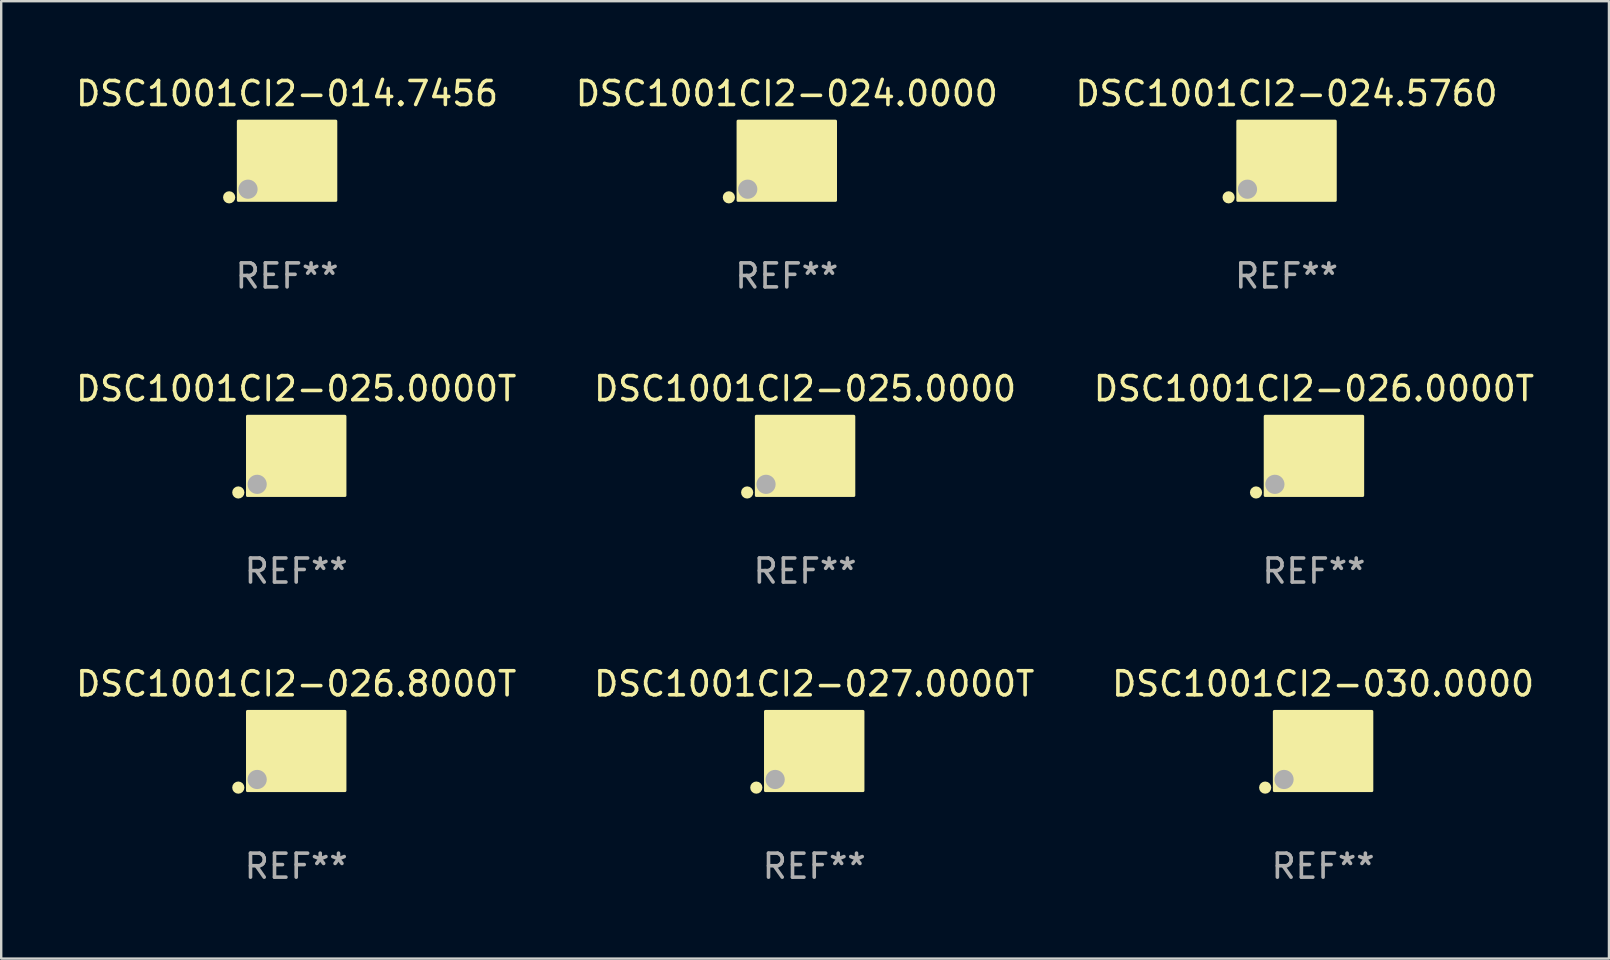
<source format=kicad_pcb>
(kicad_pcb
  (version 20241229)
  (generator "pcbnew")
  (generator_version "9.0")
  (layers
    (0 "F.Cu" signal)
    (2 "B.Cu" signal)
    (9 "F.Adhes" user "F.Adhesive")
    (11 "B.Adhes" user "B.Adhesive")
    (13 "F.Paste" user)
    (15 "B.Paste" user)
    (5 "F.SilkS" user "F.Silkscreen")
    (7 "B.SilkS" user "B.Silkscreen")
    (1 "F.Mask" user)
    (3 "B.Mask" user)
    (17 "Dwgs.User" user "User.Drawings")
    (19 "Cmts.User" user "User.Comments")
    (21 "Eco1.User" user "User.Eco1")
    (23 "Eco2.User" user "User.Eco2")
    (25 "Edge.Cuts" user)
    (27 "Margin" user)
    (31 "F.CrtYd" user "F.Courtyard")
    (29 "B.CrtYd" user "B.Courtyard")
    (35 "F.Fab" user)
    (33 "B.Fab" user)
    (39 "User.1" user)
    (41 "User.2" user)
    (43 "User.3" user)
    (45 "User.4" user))
  (footprint "DSC1001CI2-014.7456"
    (layer "F.Cu")
    (at 8.911 3.648)
    (property "Reference" "DSC1001CI2-014.7456" (at 0 -2.8 0) (layer "F.SilkS") (effects (font (size 1 1) (thickness 0.15))))
    (attr through_hole)
    (fp_circle (center -2.413 1.524) (end -2.286 1.524) (stroke (width 0.254) (type solid)) (fill no) (layer "F.SilkS"))
    (fp_circle (center -1.6 1.25) (end -1.57 1.25) (stroke (width 0.06) (type solid)) (fill no) (layer "F.SilkS"))
    (fp_poly (pts (xy -2.032 -1.651) (xy 2.032 -1.651) (xy 2.032 1.651) (xy -2.032 1.651)) (stroke (width 0.12) (type solid)) (fill yes) (layer "F.SilkS"))
    (fp_circle (center -1.627 1.185) (end -1.427 1.185) (stroke (width 0.4) (type solid)) (fill no) (layer "F.Fab"))
    (fp_text user "REF**" (at 0 4.8 0) (layer "F.Fab") (effects (font (size 1 1) (thickness 0.15))))
    (pad "1" smd rect (at -1.05 0.8) (size 1.4 1.2) (layers "F.Cu" "F.Mask" "F.Paste"))
    (pad "2" smd rect (at 1.05 0.8) (size 1.4 1.2) (layers "F.Cu" "F.Mask" "F.Paste"))
    (pad "3" smd rect (at 1.05 -0.8) (size 1.4 1.2) (layers "F.Cu" "F.Mask" "F.Paste"))
    (pad "4" smd rect (at -1.05 -0.8) (size 1.4 1.2) (layers "F.Cu" "F.Mask" "F.Paste")))
  (footprint "DSC1001CI2-026.8000T"
    (layer "F.Cu")
    (at 9.292 28.242)
    (property "Reference" "DSC1001CI2-026.8000T" (at 0 -2.8 0) (layer "F.SilkS") (effects (font (size 1 1) (thickness 0.15))))
    (attr through_hole)
    (fp_circle (center -2.413 1.524) (end -2.286 1.524) (stroke (width 0.254) (type solid)) (fill no) (layer "F.SilkS"))
    (fp_circle (center -1.6 1.25) (end -1.57 1.25) (stroke (width 0.06) (type solid)) (fill no) (layer "F.SilkS"))
    (fp_poly (pts (xy -2.032 -1.651) (xy 2.032 -1.651) (xy 2.032 1.651) (xy -2.032 1.651)) (stroke (width 0.12) (type solid)) (fill yes) (layer "F.SilkS"))
    (fp_circle (center -1.627 1.185) (end -1.427 1.185) (stroke (width 0.4) (type solid)) (fill no) (layer "F.Fab"))
    (fp_text user "REF**" (at 0 4.8 0) (layer "F.Fab") (effects (font (size 1 1) (thickness 0.15))))
    (pad "1" smd rect (at -1.05 0.8) (size 1.4 1.2) (layers "F.Cu" "F.Mask" "F.Paste"))
    (pad "2" smd rect (at 1.05 0.8) (size 1.4 1.2) (layers "F.Cu" "F.Mask" "F.Paste"))
    (pad "3" smd rect (at 1.05 -0.8) (size 1.4 1.2) (layers "F.Cu" "F.Mask" "F.Paste"))
    (pad "4" smd rect (at -1.05 -0.8) (size 1.4 1.2) (layers "F.Cu" "F.Mask" "F.Paste")))
  (footprint "DSC1001CI2-025.0000T"
    (layer "F.Cu")
    (at 9.292 15.945)
    (property "Reference" "DSC1001CI2-025.0000T" (at 0 -2.8 0) (layer "F.SilkS") (effects (font (size 1 1) (thickness 0.15))))
    (attr through_hole)
    (fp_circle (center -2.413 1.524) (end -2.286 1.524) (stroke (width 0.254) (type solid)) (fill no) (layer "F.SilkS"))
    (fp_circle (center -1.6 1.25) (end -1.57 1.25) (stroke (width 0.06) (type solid)) (fill no) (layer "F.SilkS"))
    (fp_poly (pts (xy -2.032 -1.651) (xy 2.032 -1.651) (xy 2.032 1.651) (xy -2.032 1.651)) (stroke (width 0.12) (type solid)) (fill yes) (layer "F.SilkS"))
    (fp_circle (center -1.627 1.185) (end -1.427 1.185) (stroke (width 0.4) (type solid)) (fill no) (layer "F.Fab"))
    (fp_text user "REF**" (at 0 4.8 0) (layer "F.Fab") (effects (font (size 1 1) (thickness 0.15))))
    (pad "1" smd rect (at -1.05 0.8) (size 1.4 1.2) (layers "F.Cu" "F.Mask" "F.Paste"))
    (pad "2" smd rect (at 1.05 0.8) (size 1.4 1.2) (layers "F.Cu" "F.Mask" "F.Paste"))
    (pad "3" smd rect (at 1.05 -0.8) (size 1.4 1.2) (layers "F.Cu" "F.Mask" "F.Paste"))
    (pad "4" smd rect (at -1.05 -0.8) (size 1.4 1.2) (layers "F.Cu" "F.Mask" "F.Paste")))
  (footprint "DSC1001CI2-027.0000T"
    (layer "F.Cu")
    (at 30.875 28.242)
    (property "Reference" "DSC1001CI2-027.0000T" (at 0 -2.8 0) (layer "F.SilkS") (effects (font (size 1 1) (thickness 0.15))))
    (attr through_hole)
    (fp_circle (center -2.413 1.524) (end -2.286 1.524) (stroke (width 0.254) (type solid)) (fill no) (layer "F.SilkS"))
    (fp_circle (center -1.6 1.25) (end -1.57 1.25) (stroke (width 0.06) (type solid)) (fill no) (layer "F.SilkS"))
    (fp_poly (pts (xy -2.032 -1.651) (xy 2.032 -1.651) (xy 2.032 1.651) (xy -2.032 1.651)) (stroke (width 0.12) (type solid)) (fill yes) (layer "F.SilkS"))
    (fp_circle (center -1.627 1.185) (end -1.427 1.185) (stroke (width 0.4) (type solid)) (fill no) (layer "F.Fab"))
    (fp_text user "REF**" (at 0 4.8 0) (layer "F.Fab") (effects (font (size 1 1) (thickness 0.15))))
    (pad "1" smd rect (at -1.05 0.8) (size 1.4 1.2) (layers "F.Cu" "F.Mask" "F.Paste"))
    (pad "2" smd rect (at 1.05 0.8) (size 1.4 1.2) (layers "F.Cu" "F.Mask" "F.Paste"))
    (pad "3" smd rect (at 1.05 -0.8) (size 1.4 1.2) (layers "F.Cu" "F.Mask" "F.Paste"))
    (pad "4" smd rect (at -1.05 -0.8) (size 1.4 1.2) (layers "F.Cu" "F.Mask" "F.Paste")))
  (footprint "DSC1001CI2-026.0000T"
    (layer "F.Cu")
    (at 51.696 15.945)
    (property "Reference" "DSC1001CI2-026.0000T" (at 0 -2.8 0) (layer "F.SilkS") (effects (font (size 1 1) (thickness 0.15))))
    (attr through_hole)
    (fp_circle (center -2.413 1.524) (end -2.286 1.524) (stroke (width 0.254) (type solid)) (fill no) (layer "F.SilkS"))
    (fp_circle (center -1.6 1.25) (end -1.57 1.25) (stroke (width 0.06) (type solid)) (fill no) (layer "F.SilkS"))
    (fp_poly (pts (xy -2.032 -1.651) (xy 2.032 -1.651) (xy 2.032 1.651) (xy -2.032 1.651)) (stroke (width 0.12) (type solid)) (fill yes) (layer "F.SilkS"))
    (fp_circle (center -1.627 1.185) (end -1.427 1.185) (stroke (width 0.4) (type solid)) (fill no) (layer "F.Fab"))
    (fp_text user "REF**" (at 0 4.8 0) (layer "F.Fab") (effects (font (size 1 1) (thickness 0.15))))
    (pad "1" smd rect (at -1.05 0.8) (size 1.4 1.2) (layers "F.Cu" "F.Mask" "F.Paste"))
    (pad "2" smd rect (at 1.05 0.8) (size 1.4 1.2) (layers "F.Cu" "F.Mask" "F.Paste"))
    (pad "3" smd rect (at 1.05 -0.8) (size 1.4 1.2) (layers "F.Cu" "F.Mask" "F.Paste"))
    (pad "4" smd rect (at -1.05 -0.8) (size 1.4 1.2) (layers "F.Cu" "F.Mask" "F.Paste")))
  (footprint "DSC1001CI2-024.5760"
    (layer "F.Cu")
    (at 50.554 3.648)
    (property "Reference" "DSC1001CI2-024.5760" (at 0 -2.8 0) (layer "F.SilkS") (effects (font (size 1 1) (thickness 0.15))))
    (attr through_hole)
    (fp_circle (center -2.413 1.524) (end -2.286 1.524) (stroke (width 0.254) (type solid)) (fill no) (layer "F.SilkS"))
    (fp_circle (center -1.6 1.25) (end -1.57 1.25) (stroke (width 0.06) (type solid)) (fill no) (layer "F.SilkS"))
    (fp_poly (pts (xy -2.032 -1.651) (xy 2.032 -1.651) (xy 2.032 1.651) (xy -2.032 1.651)) (stroke (width 0.12) (type solid)) (fill yes) (layer "F.SilkS"))
    (fp_circle (center -1.627 1.185) (end -1.427 1.185) (stroke (width 0.4) (type solid)) (fill no) (layer "F.Fab"))
    (fp_text user "REF**" (at 0 4.8 0) (layer "F.Fab") (effects (font (size 1 1) (thickness 0.15))))
    (pad "1" smd rect (at -1.05 0.8) (size 1.4 1.2) (layers "F.Cu" "F.Mask" "F.Paste"))
    (pad "2" smd rect (at 1.05 0.8) (size 1.4 1.2) (layers "F.Cu" "F.Mask" "F.Paste"))
    (pad "3" smd rect (at 1.05 -0.8) (size 1.4 1.2) (layers "F.Cu" "F.Mask" "F.Paste"))
    (pad "4" smd rect (at -1.05 -0.8) (size 1.4 1.2) (layers "F.Cu" "F.Mask" "F.Paste")))
  (footprint "DSC1001CI2-030.0000"
    (layer "F.Cu")
    (at 52.077 28.242)
    (property "Reference" "DSC1001CI2-030.0000" (at 0 -2.8 0) (layer "F.SilkS") (effects (font (size 1 1) (thickness 0.15))))
    (attr through_hole)
    (fp_circle (center -2.413 1.524) (end -2.286 1.524) (stroke (width 0.254) (type solid)) (fill no) (layer "F.SilkS"))
    (fp_circle (center -1.6 1.25) (end -1.57 1.25) (stroke (width 0.06) (type solid)) (fill no) (layer "F.SilkS"))
    (fp_poly (pts (xy -2.032 -1.651) (xy 2.032 -1.651) (xy 2.032 1.651) (xy -2.032 1.651)) (stroke (width 0.12) (type solid)) (fill yes) (layer "F.SilkS"))
    (fp_circle (center -1.627 1.185) (end -1.427 1.185) (stroke (width 0.4) (type solid)) (fill no) (layer "F.Fab"))
    (fp_text user "REF**" (at 0 4.8 0) (layer "F.Fab") (effects (font (size 1 1) (thickness 0.15))))
    (pad "1" smd rect (at -1.05 0.8) (size 1.4 1.2) (layers "F.Cu" "F.Mask" "F.Paste"))
    (pad "2" smd rect (at 1.05 0.8) (size 1.4 1.2) (layers "F.Cu" "F.Mask" "F.Paste"))
    (pad "3" smd rect (at 1.05 -0.8) (size 1.4 1.2) (layers "F.Cu" "F.Mask" "F.Paste"))
    (pad "4" smd rect (at -1.05 -0.8) (size 1.4 1.2) (layers "F.Cu" "F.Mask" "F.Paste")))
  (footprint "DSC1001CI2-024.0000"
    (layer "F.Cu")
    (at 29.732 3.648)
    (property "Reference" "DSC1001CI2-024.0000" (at 0 -2.8 0) (layer "F.SilkS") (effects (font (size 1 1) (thickness 0.15))))
    (attr through_hole)
    (fp_circle (center -2.413 1.524) (end -2.286 1.524) (stroke (width 0.254) (type solid)) (fill no) (layer "F.SilkS"))
    (fp_circle (center -1.6 1.25) (end -1.57 1.25) (stroke (width 0.06) (type solid)) (fill no) (layer "F.SilkS"))
    (fp_poly (pts (xy -2.032 -1.651) (xy 2.032 -1.651) (xy 2.032 1.651) (xy -2.032 1.651)) (stroke (width 0.12) (type solid)) (fill yes) (layer "F.SilkS"))
    (fp_circle (center -1.627 1.185) (end -1.427 1.185) (stroke (width 0.4) (type solid)) (fill no) (layer "F.Fab"))
    (fp_text user "REF**" (at 0 4.8 0) (layer "F.Fab") (effects (font (size 1 1) (thickness 0.15))))
    (pad "1" smd rect (at -1.05 0.8) (size 1.4 1.2) (layers "F.Cu" "F.Mask" "F.Paste"))
    (pad "2" smd rect (at 1.05 0.8) (size 1.4 1.2) (layers "F.Cu" "F.Mask" "F.Paste"))
    (pad "3" smd rect (at 1.05 -0.8) (size 1.4 1.2) (layers "F.Cu" "F.Mask" "F.Paste"))
    (pad "4" smd rect (at -1.05 -0.8) (size 1.4 1.2) (layers "F.Cu" "F.Mask" "F.Paste")))
  (footprint "DSC1001CI2-025.0000"
    (layer "F.Cu")
    (at 30.494 15.945)
    (property "Reference" "DSC1001CI2-025.0000" (at 0 -2.8 0) (layer "F.SilkS") (effects (font (size 1 1) (thickness 0.15))))
    (attr through_hole)
    (fp_circle (center -2.413 1.524) (end -2.286 1.524) (stroke (width 0.254) (type solid)) (fill no) (layer "F.SilkS"))
    (fp_circle (center -1.6 1.25) (end -1.57 1.25) (stroke (width 0.06) (type solid)) (fill no) (layer "F.SilkS"))
    (fp_poly (pts (xy -2.032 -1.651) (xy 2.032 -1.651) (xy 2.032 1.651) (xy -2.032 1.651)) (stroke (width 0.12) (type solid)) (fill yes) (layer "F.SilkS"))
    (fp_circle (center -1.627 1.185) (end -1.427 1.185) (stroke (width 0.4) (type solid)) (fill no) (layer "F.Fab"))
    (fp_text user "REF**" (at 0 4.8 0) (layer "F.Fab") (effects (font (size 1 1) (thickness 0.15))))
    (pad "1" smd rect (at -1.05 0.8) (size 1.4 1.2) (layers "F.Cu" "F.Mask" "F.Paste"))
    (pad "2" smd rect (at 1.05 0.8) (size 1.4 1.2) (layers "F.Cu" "F.Mask" "F.Paste"))
    (pad "3" smd rect (at 1.05 -0.8) (size 1.4 1.2) (layers "F.Cu" "F.Mask" "F.Paste"))
    (pad "4" smd rect (at -1.05 -0.8) (size 1.4 1.2) (layers "F.Cu" "F.Mask" "F.Paste")))
  (gr_rect
    (start -3 -3)
    (end 63.988 36.89)
    (stroke (width 0.1) (type default))
    (fill no)
    (layer "Edge.Cuts")))
</source>
